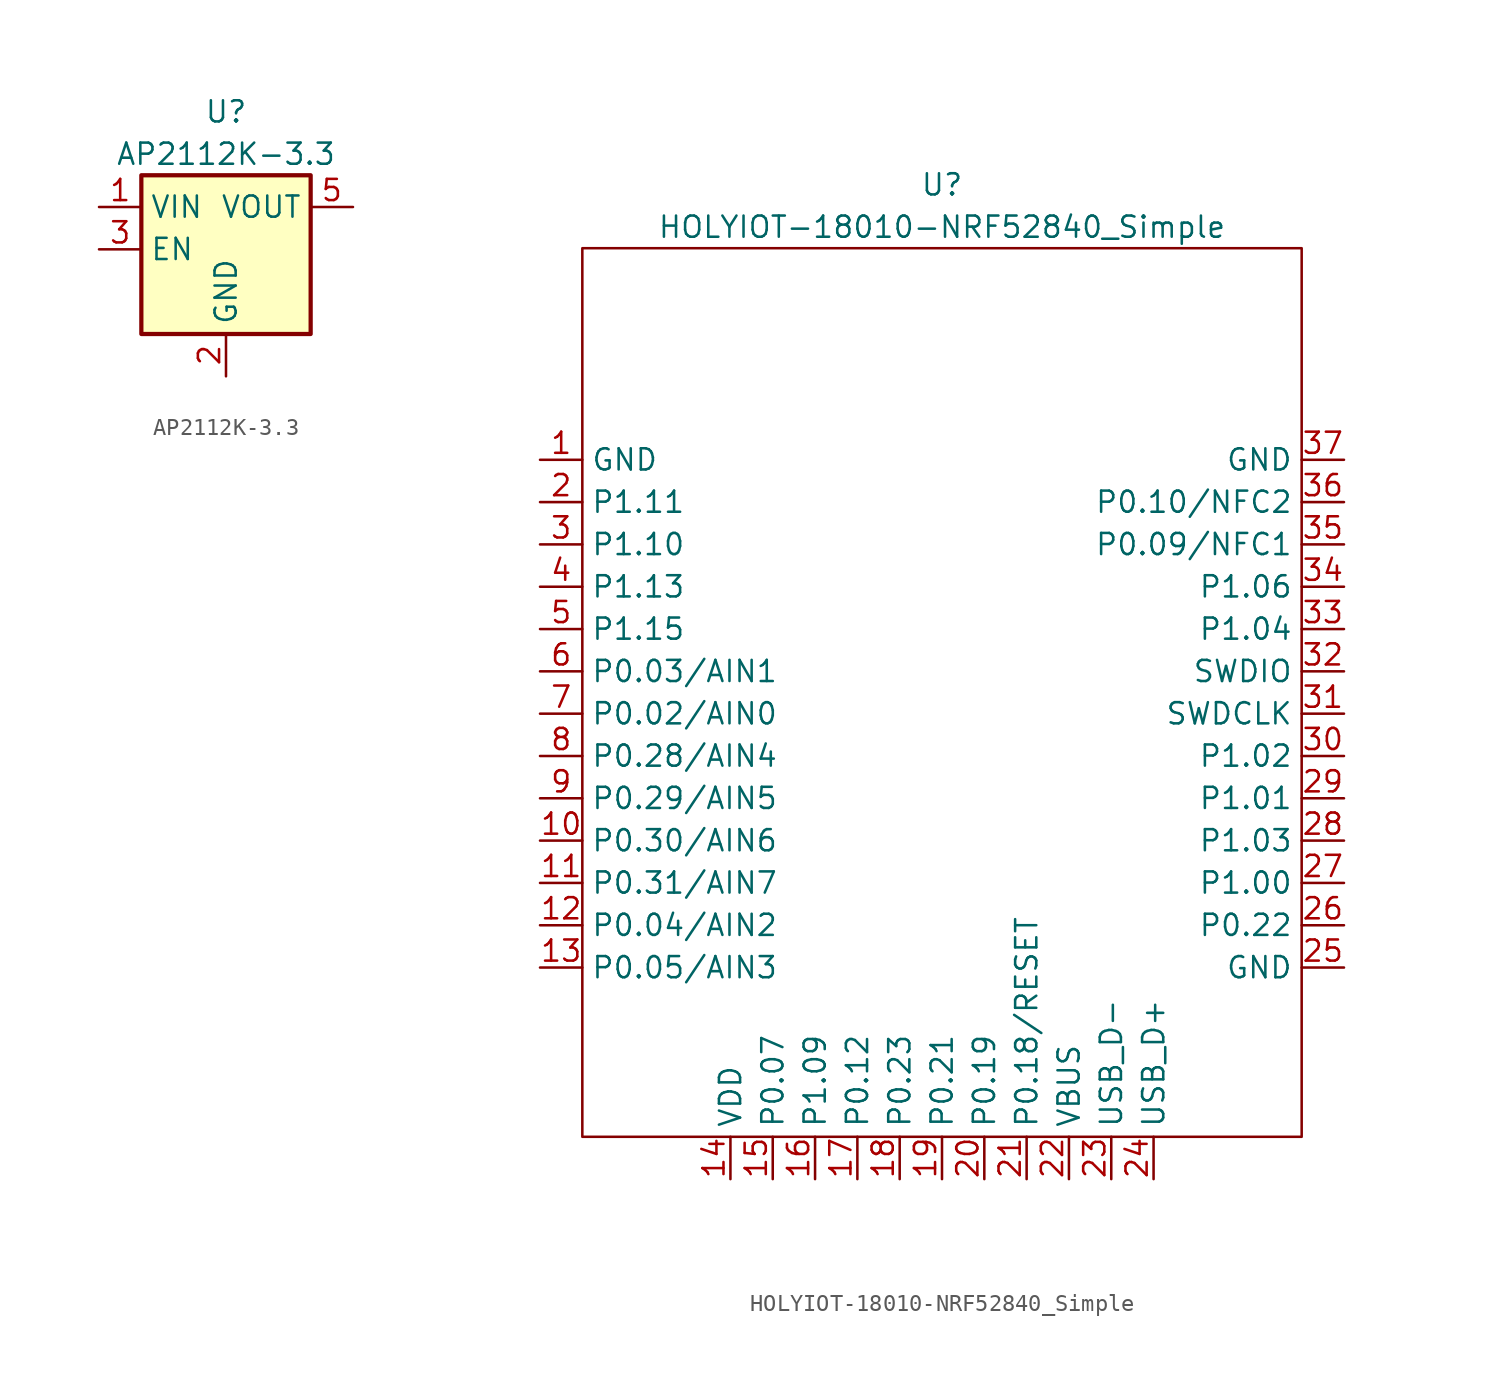
<source format=kicad_sym>
(kicad_symbol_lib
  (version 20201005)
  (generator kicad_symbol_editor)
  (symbol "jiran-ble:AP2112K-3.3"
    (property "Reference" "U"
      (at 0 8.255 0)
      (effects (font (size 1.27 1.27))))
    (property "Value" "AP2112K-3.3"
      (at 0 5.715 0)
      (effects (font (size 1.27 1.27))))
    (symbol "AP2112K-3.3_0_1"
      (rectangle (start -5.08 4.445) (end 5.08 -5.08) (stroke (width 0.254)) (fill (type background))))
    (symbol "AP2112K-3.3_1_1"
      (pin power_in line (at -7.62 2.54 0) (length 2.54) (name "VIN" (effects (font (size 1.27 1.27)))) (number "1" (effects (font (size 1.27 1.27)))))
      (pin power_in line (at 0 -7.62 90) (length 2.54) (name "GND" (effects (font (size 1.27 1.27)))) (number "2" (effects (font (size 1.27 1.27)))))
      (pin input line (at -7.62 0 0) (length 2.54) (name "EN" (effects (font (size 1.27 1.27)))) (number "3" (effects (font (size 1.27 1.27)))))
      (pin no_connect line (at 7.62 0 180) (length 2.54) hide (name "NC" (effects (font (size 1.27 1.27)))) (number "4" (effects (font (size 1.27 1.27)))))
      (pin power_out line (at 7.62 2.54 180) (length 2.54) (name "VOUT" (effects (font (size 1.27 1.27)))) (number "5" (effects (font (size 1.27 1.27)))))))
  (symbol "jiran-ble:HOLYIOT-18010-NRF52840_Simple"
    (property "Reference" "U"
      (at 0 31.75 0)
      (effects (font (size 1.27 1.27))))
    (property "Value" "HOLYIOT-18010-NRF52840_Simple"
      (at 0 29.21 0)
      (effects (font (size 1.27 1.27))))
    (symbol "HOLYIOT-18010-NRF52840_Simple_0_1"
      (rectangle (start -21.59 27.94) (end 21.59 -25.4) (stroke (width 0)) (fill (type none))))
    (symbol "HOLYIOT-18010-NRF52840_Simple_1_1"
      (pin power_in line (at -24.13 15.24 0) (length 2.54) (name "GND" (effects (font (size 1.27 1.27)))) (number "1" (effects (font (size 1.27 1.27)))))
      (pin input line (at -24.13 -7.62 0) (length 2.54) (name "P0.30/AIN6" (effects (font (size 1.27 1.27)))) (number "10" (effects (font (size 1.27 1.27)))))
      (pin input line (at -24.13 -10.16 0) (length 2.54) (name "P0.31/AIN7" (effects (font (size 1.27 1.27)))) (number "11" (effects (font (size 1.27 1.27)))))
      (pin input line (at -24.13 -12.7 0) (length 2.54) (name "P0.04/AIN2" (effects (font (size 1.27 1.27)))) (number "12" (effects (font (size 1.27 1.27)))))
      (pin input line (at -24.13 -15.24 0) (length 2.54) (name "P0.05/AIN3" (effects (font (size 1.27 1.27)))) (number "13" (effects (font (size 1.27 1.27)))))
      (pin power_in line (at -12.7 -27.94 90) (length 2.54) (name "VDD" (effects (font (size 1.27 1.27)))) (number "14" (effects (font (size 1.27 1.27)))))
      (pin input line (at -10.16 -27.94 90) (length 2.54) (name "P0.07" (effects (font (size 1.27 1.27)))) (number "15" (effects (font (size 1.27 1.27)))))
      (pin input line (at -7.62 -27.94 90) (length 2.54) (name "P1.09" (effects (font (size 1.27 1.27)))) (number "16" (effects (font (size 1.27 1.27)))))
      (pin input line (at -5.08 -27.94 90) (length 2.54) (name "P0.12" (effects (font (size 1.27 1.27)))) (number "17" (effects (font (size 1.27 1.27)))))
      (pin input line (at -2.54 -27.94 90) (length 2.54) (name "P0.23" (effects (font (size 1.27 1.27)))) (number "18" (effects (font (size 1.27 1.27)))))
      (pin input line (at 0 -27.94 90) (length 2.54) (name "P0.21" (effects (font (size 1.27 1.27)))) (number "19" (effects (font (size 1.27 1.27)))))
      (pin input line (at -24.13 12.7 0) (length 2.54) (name "P1.11" (effects (font (size 1.27 1.27)))) (number "2" (effects (font (size 1.27 1.27)))))
      (pin input line (at 2.54 -27.94 90) (length 2.54) (name "P0.19" (effects (font (size 1.27 1.27)))) (number "20" (effects (font (size 1.27 1.27)))))
      (pin input line (at 5.08 -27.94 90) (length 2.54) (name "P0.18/RESET" (effects (font (size 1.27 1.27)))) (number "21" (effects (font (size 1.27 1.27)))))
      (pin power_in line (at 7.62 -27.94 90) (length 2.54) (name "VBUS" (effects (font (size 1.27 1.27)))) (number "22" (effects (font (size 1.27 1.27)))))
      (pin input line (at 10.16 -27.94 90) (length 2.54) (name "USB_D-" (effects (font (size 1.27 1.27)))) (number "23" (effects (font (size 1.27 1.27)))))
      (pin input line (at 12.7 -27.94 90) (length 2.54) (name "USB_D+" (effects (font (size 1.27 1.27)))) (number "24" (effects (font (size 1.27 1.27)))))
      (pin power_in line (at 24.13 -15.24 180) (length 2.54) (name "GND" (effects (font (size 1.27 1.27)))) (number "25" (effects (font (size 1.27 1.27)))))
      (pin input line (at 24.13 -12.7 180) (length 2.54) (name "P0.22" (effects (font (size 1.27 1.27)))) (number "26" (effects (font (size 1.27 1.27)))))
      (pin input line (at 24.13 -10.16 180) (length 2.54) (name "P1.00" (effects (font (size 1.27 1.27)))) (number "27" (effects (font (size 1.27 1.27)))))
      (pin input line (at 24.13 -7.62 180) (length 2.54) (name "P1.03" (effects (font (size 1.27 1.27)))) (number "28" (effects (font (size 1.27 1.27)))))
      (pin input line (at 24.13 -5.08 180) (length 2.54) (name "P1.01" (effects (font (size 1.27 1.27)))) (number "29" (effects (font (size 1.27 1.27)))))
      (pin input line (at -24.13 10.16 0) (length 2.54) (name "P1.10" (effects (font (size 1.27 1.27)))) (number "3" (effects (font (size 1.27 1.27)))))
      (pin input line (at 24.13 -2.54 180) (length 2.54) (name "P1.02" (effects (font (size 1.27 1.27)))) (number "30" (effects (font (size 1.27 1.27)))))
      (pin input line (at 24.13 0 180) (length 2.54) (name "SWDCLK" (effects (font (size 1.27 1.27)))) (number "31" (effects (font (size 1.27 1.27)))))
      (pin input line (at 24.13 2.54 180) (length 2.54) (name "SWDIO" (effects (font (size 1.27 1.27)))) (number "32" (effects (font (size 1.27 1.27)))))
      (pin input line (at 24.13 5.08 180) (length 2.54) (name "P1.04" (effects (font (size 1.27 1.27)))) (number "33" (effects (font (size 1.27 1.27)))))
      (pin input line (at 24.13 7.62 180) (length 2.54) (name "P1.06" (effects (font (size 1.27 1.27)))) (number "34" (effects (font (size 1.27 1.27)))))
      (pin input line (at 24.13 10.16 180) (length 2.54) (name "P0.09/NFC1" (effects (font (size 1.27 1.27)))) (number "35" (effects (font (size 1.27 1.27)))))
      (pin input line (at 24.13 12.7 180) (length 2.54) (name "P0.10/NFC2" (effects (font (size 1.27 1.27)))) (number "36" (effects (font (size 1.27 1.27)))))
      (pin power_in line (at 24.13 15.24 180) (length 2.54) (name "GND" (effects (font (size 1.27 1.27)))) (number "37" (effects (font (size 1.27 1.27)))))
      (pin input line (at -24.13 7.62 0) (length 2.54) (name "P1.13" (effects (font (size 1.27 1.27)))) (number "4" (effects (font (size 1.27 1.27)))))
      (pin input line (at -24.13 5.08 0) (length 2.54) (name "P1.15" (effects (font (size 1.27 1.27)))) (number "5" (effects (font (size 1.27 1.27)))))
      (pin input line (at -24.13 2.54 0) (length 2.54) (name "P0.03/AIN1" (effects (font (size 1.27 1.27)))) (number "6" (effects (font (size 1.27 1.27)))))
      (pin input line (at -24.13 0 0) (length 2.54) (name "P0.02/AIN0" (effects (font (size 1.27 1.27)))) (number "7" (effects (font (size 1.27 1.27)))))
      (pin input line (at -24.13 -2.54 0) (length 2.54) (name "P0.28/AIN4" (effects (font (size 1.27 1.27)))) (number "8" (effects (font (size 1.27 1.27)))))
      (pin input line (at -24.13 -5.08 0) (length 2.54) (name "P0.29/AIN5" (effects (font (size 1.27 1.27)))) (number "9" (effects (font (size 1.27 1.27))))))))
</source>
